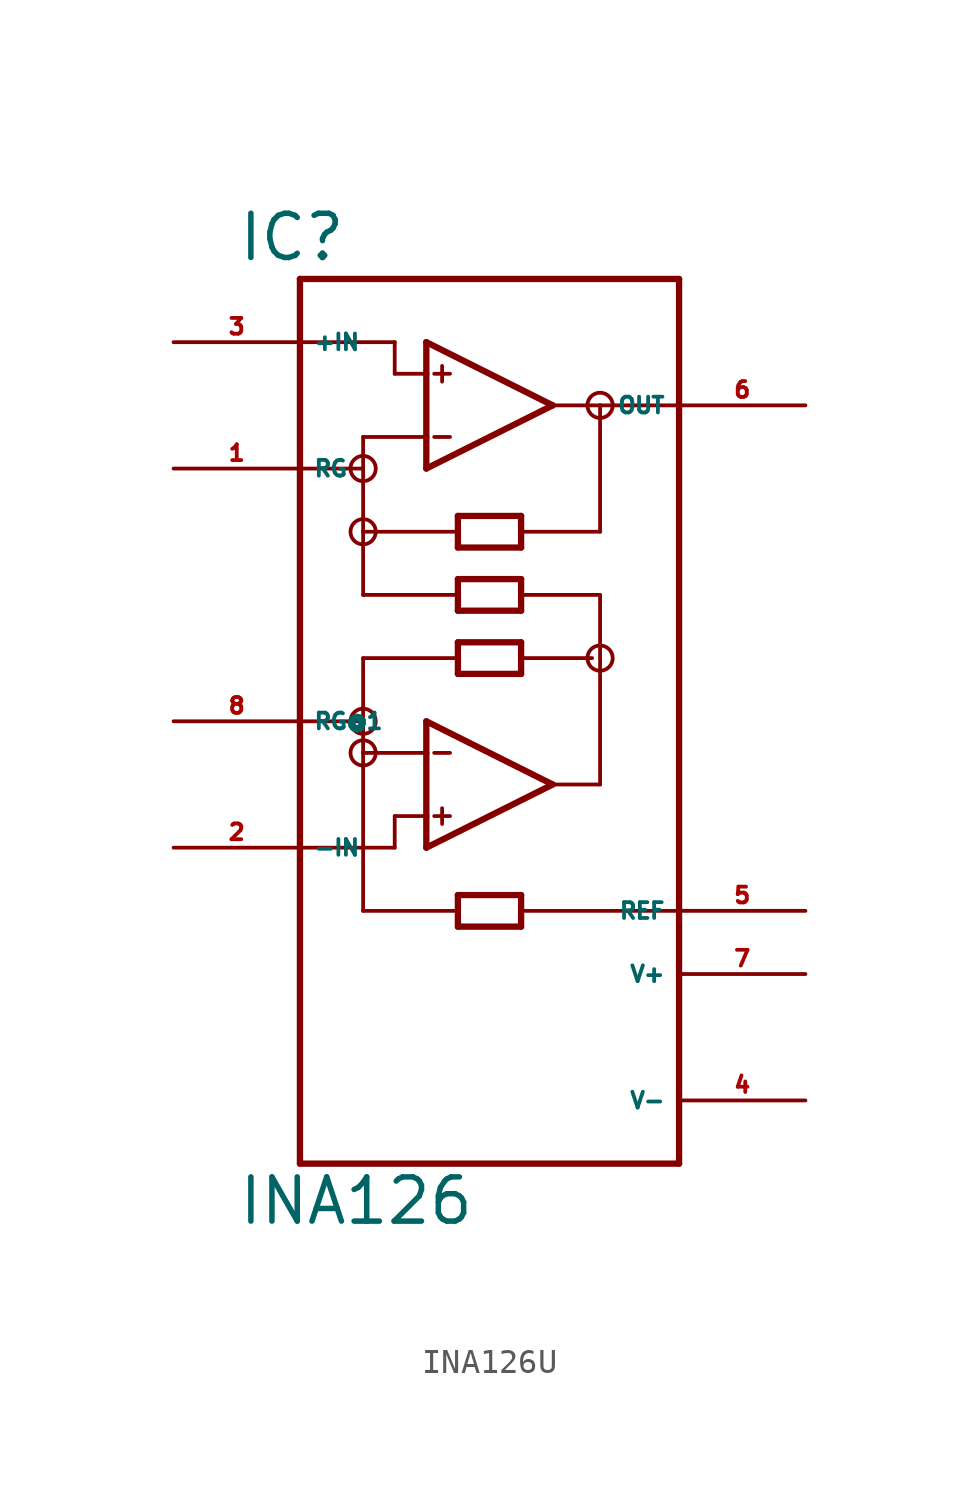
<source format=kicad_sym>
(kicad_symbol_lib
  (version 20220914)
  (generator Eagle2Kicad)
  (symbol "INA126U"
    (property "Reference" "IC"
      (at -10.16 18.415 0)
      (effects (font (size 1.778 1.778) (thickness 0.22)) (justify left bottom)))
    (property "Value" "INA126"
      (at -10.16 -20.32 0)
      (effects (font (size 1.778 1.778) (thickness 0.22)) (justify left bottom)))
    (polyline
      (pts (xy -2.54 10.16) (xy -2.54 11.43))
      (stroke (width 0.254) (type default))
      (fill (type none)))
    (polyline
      (pts (xy -2.54 11.43) (xy -2.54 13.97))
      (stroke (width 0.254) (type default))
      (fill (type none)))
    (polyline
      (pts (xy -2.54 13.97) (xy -2.54 15.24))
      (stroke (width 0.254) (type default))
      (fill (type none)))
    (polyline
      (pts (xy -2.54 15.24) (xy 2.54 12.7))
      (stroke (width 0.254) (type default))
      (fill (type none)))
    (polyline
      (pts (xy 2.54 12.7) (xy -2.54 10.16))
      (stroke (width 0.254) (type default))
      (fill (type none)))
    (polyline
      (pts (xy -2.54 13.97) (xy -3.81 13.97))
      (stroke (width 0.152) (type default))
      (fill (type none)))
    (polyline
      (pts (xy 1.27 5.715) (xy 1.27 5.08))
      (stroke (width 0.254) (type default))
      (fill (type none)))
    (polyline
      (pts (xy 1.27 5.08) (xy 1.27 4.445))
      (stroke (width 0.254) (type default))
      (fill (type none)))
    (polyline
      (pts (xy 1.27 4.445) (xy -1.27 4.445))
      (stroke (width 0.254) (type default))
      (fill (type none)))
    (polyline
      (pts (xy -1.27 4.445) (xy -1.27 5.08))
      (stroke (width 0.254) (type default))
      (fill (type none)))
    (polyline
      (pts (xy -1.27 5.08) (xy -1.27 5.715))
      (stroke (width 0.254) (type default))
      (fill (type none)))
    (polyline
      (pts (xy -1.27 5.715) (xy 1.27 5.715))
      (stroke (width 0.254) (type default))
      (fill (type none)))
    (polyline
      (pts (xy -1.27 8.255) (xy -1.27 7.62))
      (stroke (width 0.254) (type default))
      (fill (type none)))
    (polyline
      (pts (xy -1.27 7.62) (xy -1.27 6.985))
      (stroke (width 0.254) (type default))
      (fill (type none)))
    (polyline
      (pts (xy -1.27 6.985) (xy 1.27 6.985))
      (stroke (width 0.254) (type default))
      (fill (type none)))
    (polyline
      (pts (xy 1.27 6.985) (xy 1.27 7.62))
      (stroke (width 0.254) (type default))
      (fill (type none)))
    (polyline
      (pts (xy 1.27 7.62) (xy 1.27 8.255))
      (stroke (width 0.254) (type default))
      (fill (type none)))
    (polyline
      (pts (xy 1.27 8.255) (xy -1.27 8.255))
      (stroke (width 0.254) (type default))
      (fill (type none)))
    (polyline
      (pts (xy -2.54 11.43) (xy -5.08 11.43))
      (stroke (width 0.152) (type default))
      (fill (type none)))
    (polyline
      (pts (xy -5.08 11.43) (xy -5.08 10.16))
      (stroke (width 0.152) (type default))
      (fill (type none)))
    (polyline
      (pts (xy -2.223 13.97) (xy -1.587 13.97))
      (stroke (width 0.152) (type default))
      (fill (type none)))
    (polyline
      (pts (xy -2.223 11.43) (xy -1.587 11.43))
      (stroke (width 0.152) (type default))
      (fill (type none)))
    (polyline
      (pts (xy -1.905 14.287) (xy -1.905 13.652))
      (stroke (width 0.152) (type default))
      (fill (type none)))
    (polyline
      (pts (xy 2.54 12.7) (xy 4.445 12.7))
      (stroke (width 0.152) (type default))
      (fill (type none)))
    (polyline
      (pts (xy 4.445 12.7) (xy 7.62 12.7))
      (stroke (width 0.152) (type default))
      (fill (type none)))
    (polyline
      (pts (xy -7.62 -17.78) (xy 7.62 -17.78))
      (stroke (width 0.254) (type default))
      (fill (type none)))
    (polyline
      (pts (xy 7.62 -17.78) (xy 7.62 -7.62))
      (stroke (width 0.254) (type default))
      (fill (type none)))
    (polyline
      (pts (xy 7.62 -7.62) (xy 7.62 17.78))
      (stroke (width 0.254) (type default))
      (fill (type none)))
    (polyline
      (pts (xy 7.62 17.78) (xy -7.62 17.78))
      (stroke (width 0.254) (type default))
      (fill (type none)))
    (polyline
      (pts (xy -7.62 17.78) (xy -7.62 15.24))
      (stroke (width 0.254) (type default))
      (fill (type none)))
    (polyline
      (pts (xy -7.62 15.24) (xy -7.62 10.16))
      (stroke (width 0.254) (type default))
      (fill (type none)))
    (polyline
      (pts (xy -7.62 10.16) (xy -7.62 0))
      (stroke (width 0.254) (type default))
      (fill (type none)))
    (polyline
      (pts (xy -7.62 0) (xy -7.62 -5.08))
      (stroke (width 0.254) (type default))
      (fill (type none)))
    (polyline
      (pts (xy -7.62 -5.08) (xy -7.62 -17.78))
      (stroke (width 0.254) (type default))
      (fill (type none)))
    (polyline
      (pts (xy -2.54 -5.08) (xy -2.54 -3.81))
      (stroke (width 0.254) (type default))
      (fill (type none)))
    (polyline
      (pts (xy -2.54 -3.81) (xy -2.54 -1.27))
      (stroke (width 0.254) (type default))
      (fill (type none)))
    (polyline
      (pts (xy -2.54 -1.27) (xy -2.54 0))
      (stroke (width 0.254) (type default))
      (fill (type none)))
    (polyline
      (pts (xy -2.54 0) (xy 2.54 -2.54))
      (stroke (width 0.254) (type default))
      (fill (type none)))
    (polyline
      (pts (xy 2.54 -2.54) (xy -2.54 -5.08))
      (stroke (width 0.254) (type default))
      (fill (type none)))
    (polyline
      (pts (xy 1.27 1.905) (xy 1.27 2.54))
      (stroke (width 0.254) (type default))
      (fill (type none)))
    (polyline
      (pts (xy 1.27 2.54) (xy 1.27 3.175))
      (stroke (width 0.254) (type default))
      (fill (type none)))
    (polyline
      (pts (xy 1.27 3.175) (xy -1.27 3.175))
      (stroke (width 0.254) (type default))
      (fill (type none)))
    (polyline
      (pts (xy -1.27 3.175) (xy -1.27 2.54))
      (stroke (width 0.254) (type default))
      (fill (type none)))
    (polyline
      (pts (xy -1.27 2.54) (xy -1.27 1.905))
      (stroke (width 0.254) (type default))
      (fill (type none)))
    (polyline
      (pts (xy -1.27 1.905) (xy 1.27 1.905))
      (stroke (width 0.254) (type default))
      (fill (type none)))
    (polyline
      (pts (xy -1.27 -8.255) (xy -1.27 -7.62))
      (stroke (width 0.254) (type default))
      (fill (type none)))
    (polyline
      (pts (xy -1.27 -7.62) (xy -1.27 -6.985))
      (stroke (width 0.254) (type default))
      (fill (type none)))
    (polyline
      (pts (xy -1.27 -6.985) (xy 1.27 -6.985))
      (stroke (width 0.254) (type default))
      (fill (type none)))
    (polyline
      (pts (xy 1.27 -6.985) (xy 1.27 -7.62))
      (stroke (width 0.254) (type default))
      (fill (type none)))
    (polyline
      (pts (xy 1.27 -7.62) (xy 1.27 -8.255))
      (stroke (width 0.254) (type default))
      (fill (type none)))
    (polyline
      (pts (xy 1.27 -8.255) (xy -1.27 -8.255))
      (stroke (width 0.254) (type default))
      (fill (type none)))
    (polyline
      (pts (xy -2.54 -1.27) (xy -5.08 -1.27))
      (stroke (width 0.152) (type default))
      (fill (type none)))
    (polyline
      (pts (xy -5.08 -1.27) (xy -5.08 0))
      (stroke (width 0.152) (type default))
      (fill (type none)))
    (polyline
      (pts (xy -2.54 -3.81) (xy -3.81 -3.81))
      (stroke (width 0.152) (type default))
      (fill (type none)))
    (polyline
      (pts (xy -2.223 -1.27) (xy -1.587 -1.27))
      (stroke (width 0.152) (type default))
      (fill (type none)))
    (polyline
      (pts (xy -2.223 -3.81) (xy -1.587 -3.81))
      (stroke (width 0.152) (type default))
      (fill (type none)))
    (polyline
      (pts (xy -1.905 -3.493) (xy -1.905 -4.128))
      (stroke (width 0.152) (type default))
      (fill (type none)))
    (polyline
      (pts (xy 2.54 -2.54) (xy 4.445 -2.54))
      (stroke (width 0.152) (type default))
      (fill (type none)))
    (polyline
      (pts (xy -7.62 15.24) (xy -3.81 15.24))
      (stroke (width 0.152) (type default))
      (fill (type none)))
    (polyline
      (pts (xy -3.81 15.24) (xy -3.81 13.97))
      (stroke (width 0.152) (type default))
      (fill (type none)))
    (polyline
      (pts (xy -7.62 10.16) (xy -5.08 10.16))
      (stroke (width 0.152) (type default))
      (fill (type none)))
    (polyline
      (pts (xy 4.445 12.7) (xy 4.445 7.62))
      (stroke (width 0.152) (type default))
      (fill (type none)))
    (polyline
      (pts (xy 4.445 7.62) (xy 1.27 7.62))
      (stroke (width 0.152) (type default))
      (fill (type none)))
    (polyline
      (pts (xy -5.08 10.16) (xy -5.08 7.62))
      (stroke (width 0.152) (type default))
      (fill (type none)))
    (polyline
      (pts (xy -5.08 7.62) (xy -1.27 7.62))
      (stroke (width 0.152) (type default))
      (fill (type none)))
    (polyline
      (pts (xy -3.81 -3.81) (xy -3.81 -5.08))
      (stroke (width 0.152) (type default))
      (fill (type none)))
    (polyline
      (pts (xy -3.81 -5.08) (xy -7.62 -5.08))
      (stroke (width 0.152) (type default))
      (fill (type none)))
    (polyline
      (pts (xy -7.62 0) (xy -5.08 0))
      (stroke (width 0.152) (type default))
      (fill (type none)))
    (polyline
      (pts (xy -5.08 5.08) (xy -1.27 5.08))
      (stroke (width 0.152) (type default))
      (fill (type none)))
    (polyline
      (pts (xy -5.08 7.62) (xy -5.08 5.08))
      (stroke (width 0.152) (type default))
      (fill (type none)))
    (polyline
      (pts (xy 1.27 5.08) (xy 4.445 5.08))
      (stroke (width 0.152) (type default))
      (fill (type none)))
    (polyline
      (pts (xy 4.445 5.08) (xy 4.445 -2.54))
      (stroke (width 0.152) (type default))
      (fill (type none)))
    (polyline
      (pts (xy 1.27 2.54) (xy 4.128 2.54))
      (stroke (width 0.152) (type default))
      (fill (type none)))
    (polyline
      (pts (xy -1.27 2.54) (xy -5.08 2.54))
      (stroke (width 0.152) (type default))
      (fill (type none)))
    (polyline
      (pts (xy -5.08 2.54) (xy -5.08 0))
      (stroke (width 0.152) (type default))
      (fill (type none)))
    (polyline
      (pts (xy -5.08 -1.27) (xy -5.08 -7.62))
      (stroke (width 0.152) (type default))
      (fill (type none)))
    (polyline
      (pts (xy 1.27 -7.62) (xy 7.62 -7.62))
      (stroke (width 0.152) (type default))
      (fill (type none)))
    (polyline
      (pts (xy -5.08 -7.62) (xy -1.27 -7.62))
      (stroke (width 0.152) (type default))
      (fill (type none)))
    (circle
      (center -5.08 7.62)
      (radius 0.508)
      (stroke (width 0) (type default))
      (fill (type none)))
    (circle
      (center -5.08 0)
      (radius 0.508)
      (stroke (width 0) (type default))
      (fill (type none)))
    (circle
      (center 4.445 2.54)
      (radius 0.508)
      (stroke (width 0) (type default))
      (fill (type none)))
    (circle
      (center 4.445 12.7)
      (radius 0.508)
      (stroke (width 0) (type default))
      (fill (type none)))
    (circle
      (center -5.08 10.16)
      (radius 0.508)
      (stroke (width 0) (type default))
      (fill (type none)))
    (circle
      (center -5.08 -1.27)
      (radius 0.508)
      (stroke (width 0) (type default))
      (fill (type none)))
    (pin input line
      (at -12.7 15.24 0)
      (length 5.08)
      (name "+IN" (effects (font (size 0.635 0.635) (thickness 0.08)) (justify left bottom)))
      (number "3" (effects (font (size 0.635 0.635) (thickness 0.08)) (justify left bottom))))
    (pin passive line
      (at -12.7 10.16 0)
      (length 5.08)
      (name "RG" (effects (font (size 0.635 0.635) (thickness 0.08)) (justify left bottom)))
      (number "1" (effects (font (size 0.635 0.635) (thickness 0.08)) (justify left bottom))))
    (pin output line
      (at 12.7 12.7 180)
      (length 5.08)
      (name "OUT" (effects (font (size 0.635 0.635) (thickness 0.08)) (justify left bottom)))
      (number "6" (effects (font (size 0.635 0.635) (thickness 0.08)) (justify left bottom))))
    (pin unspecified line
      (at 12.7 -10.16 180)
      (length 5.08)
      (name "V+" (effects (font (size 0.635 0.635) (thickness 0.08)) (justify left bottom)))
      (number "7" (effects (font (size 0.635 0.635) (thickness 0.08)) (justify left bottom))))
    (pin unspecified line
      (at 12.7 -15.24 180)
      (length 5.08)
      (name "V-" (effects (font (size 0.635 0.635) (thickness 0.08)) (justify left bottom)))
      (number "4" (effects (font (size 0.635 0.635) (thickness 0.08)) (justify left bottom))))
    (pin passive line
      (at -12.7 0 0)
      (length 5.08)
      (name "RG@1" (effects (font (size 0.635 0.635) (thickness 0.08)) (justify left bottom)))
      (number "8" (effects (font (size 0.635 0.635) (thickness 0.08)) (justify left bottom))))
    (pin input line
      (at -12.7 -5.08 0)
      (length 5.08)
      (name "-IN" (effects (font (size 0.635 0.635) (thickness 0.08)) (justify left bottom)))
      (number "2" (effects (font (size 0.635 0.635) (thickness 0.08)) (justify left bottom))))
    (pin passive line
      (at 12.7 -7.62 180)
      (length 5.08)
      (name "REF" (effects (font (size 0.635 0.635) (thickness 0.08)) (justify left bottom)))
      (number "5" (effects (font (size 0.635 0.635) (thickness 0.08)) (justify left bottom))))))
</source>
